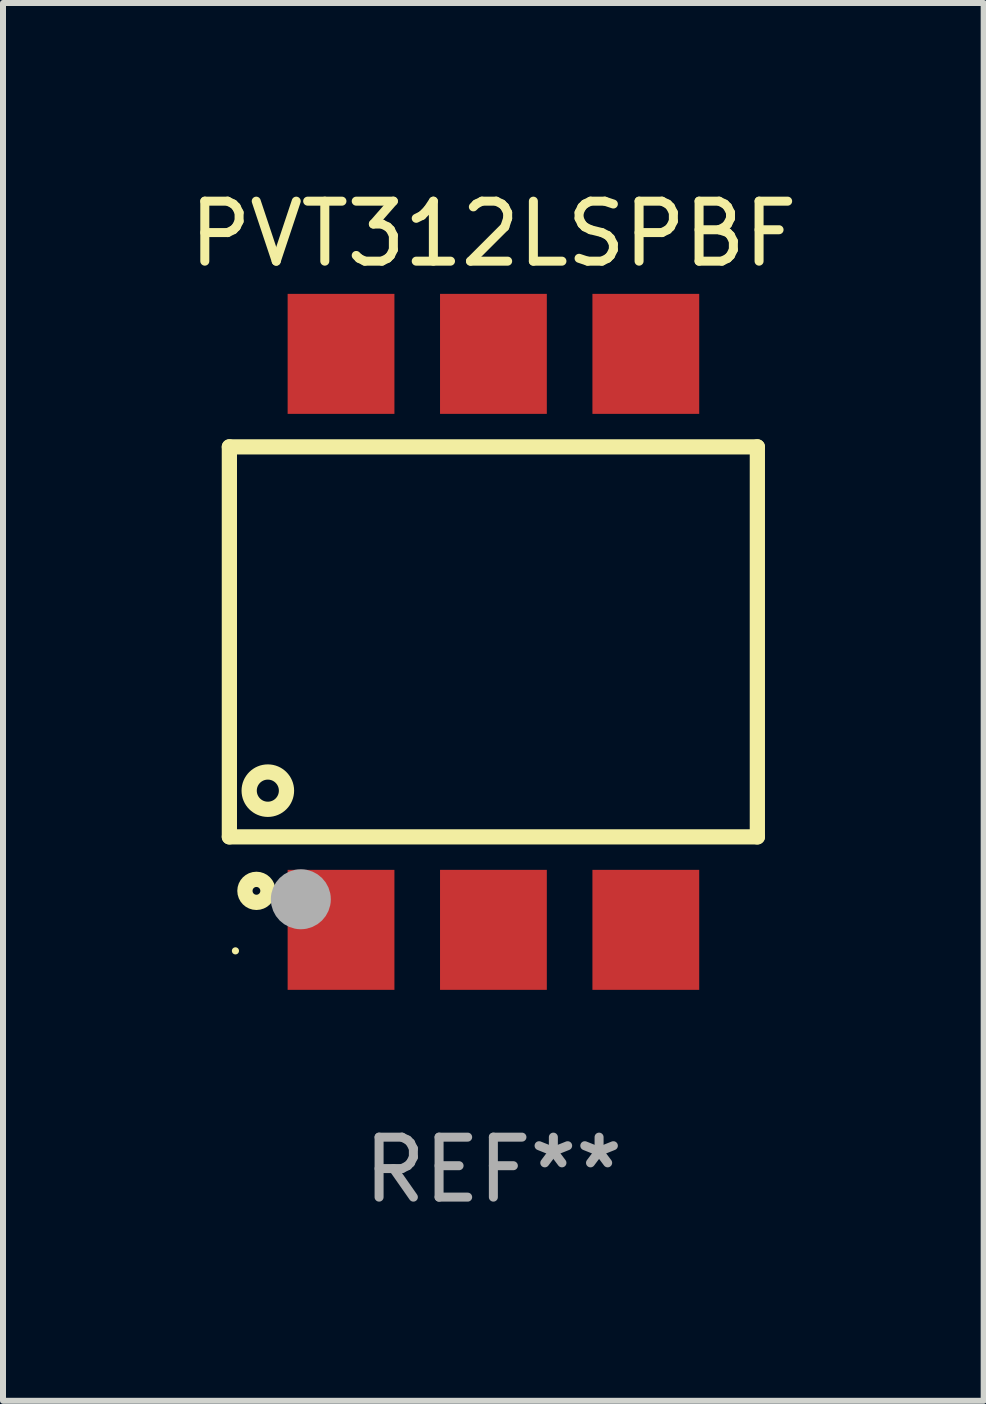
<source format=kicad_pcb>
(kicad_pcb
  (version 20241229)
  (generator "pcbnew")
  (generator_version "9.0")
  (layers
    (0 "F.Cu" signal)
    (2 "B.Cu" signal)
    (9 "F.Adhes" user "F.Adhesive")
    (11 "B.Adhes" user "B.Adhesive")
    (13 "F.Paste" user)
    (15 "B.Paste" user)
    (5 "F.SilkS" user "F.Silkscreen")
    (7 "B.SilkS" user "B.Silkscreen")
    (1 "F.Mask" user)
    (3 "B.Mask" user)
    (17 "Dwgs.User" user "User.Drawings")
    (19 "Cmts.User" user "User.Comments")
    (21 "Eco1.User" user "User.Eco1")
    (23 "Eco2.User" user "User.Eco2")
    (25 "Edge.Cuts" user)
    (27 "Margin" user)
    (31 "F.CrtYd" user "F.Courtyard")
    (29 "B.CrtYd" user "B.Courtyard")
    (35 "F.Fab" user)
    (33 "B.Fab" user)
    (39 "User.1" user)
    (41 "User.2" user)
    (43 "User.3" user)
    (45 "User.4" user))
  (footprint "PVT312LSPBF"
    (layer "F.Cu")
    (at 5.173 7.648)
    (property "Reference" "PVT312LSPBF" (at 0 -6.8 0) (layer "F.SilkS") (effects (font (size 1 1) (thickness 0.15))))
    (attr through_hole)
    (fp_line (start -4.4 -3.25) (end -4.4 3.25) (stroke (width 0.254) (type solid)) (layer "F.SilkS"))
    (fp_line (start -4.4 -3.25) (end 4.4 -3.25) (stroke (width 0.254) (type solid)) (layer "F.SilkS"))
    (fp_line (start 4.4 3.25) (end -4.4 3.25) (stroke (width 0.254) (type solid)) (layer "F.SilkS"))
    (fp_line (start 4.4 3.25) (end 4.4 -3.25) (stroke (width 0.254) (type solid)) (layer "F.SilkS"))
    (fp_circle (center -4.299 5.15) (end -4.269 5.15) (stroke (width 0.06) (type solid)) (fill no) (layer "F.SilkS"))
    (fp_circle (center -3.949 4.15) (end -3.757 4.15) (stroke (width 0.254) (type solid)) (fill no) (layer "F.SilkS"))
    (fp_circle (center -3.759 2.48) (end -3.448 2.48) (stroke (width 0.254) (type solid)) (fill no) (layer "F.SilkS"))
    (fp_circle (center -3.209 4.29) (end -2.959 4.29) (stroke (width 0.5) (type solid)) (fill no) (layer "F.Fab"))
    (fp_text user "REF**" (at 0 8.8 0) (layer "F.Fab") (effects (font (size 1 1) (thickness 0.15))))
    (pad "1" smd rect (at -2.539 4.8) (size 1.78 2) (layers "F.Cu" "F.Mask" "F.Paste"))
    (pad "2" smd rect (at 0.001 4.8) (size 1.78 2) (layers "F.Cu" "F.Mask" "F.Paste"))
    (pad "3" smd rect (at 2.541 4.8) (size 1.78 2) (layers "F.Cu" "F.Mask" "F.Paste"))
    (pad "4" smd rect (at 2.541 -4.8) (size 1.78 2) (layers "F.Cu" "F.Mask" "F.Paste"))
    (pad "5" smd rect (at 0.001 -4.8) (size 1.78 2) (layers "F.Cu" "F.Mask" "F.Paste"))
    (pad "6" smd rect (at -2.539 -4.8) (size 1.78 2) (layers "F.Cu" "F.Mask" "F.Paste")))
  (gr_rect
    (start -3 -3)
    (end 13.345 20.297)
    (stroke (width 0.1) (type default))
    (fill no)
    (layer "Edge.Cuts")))
</source>
